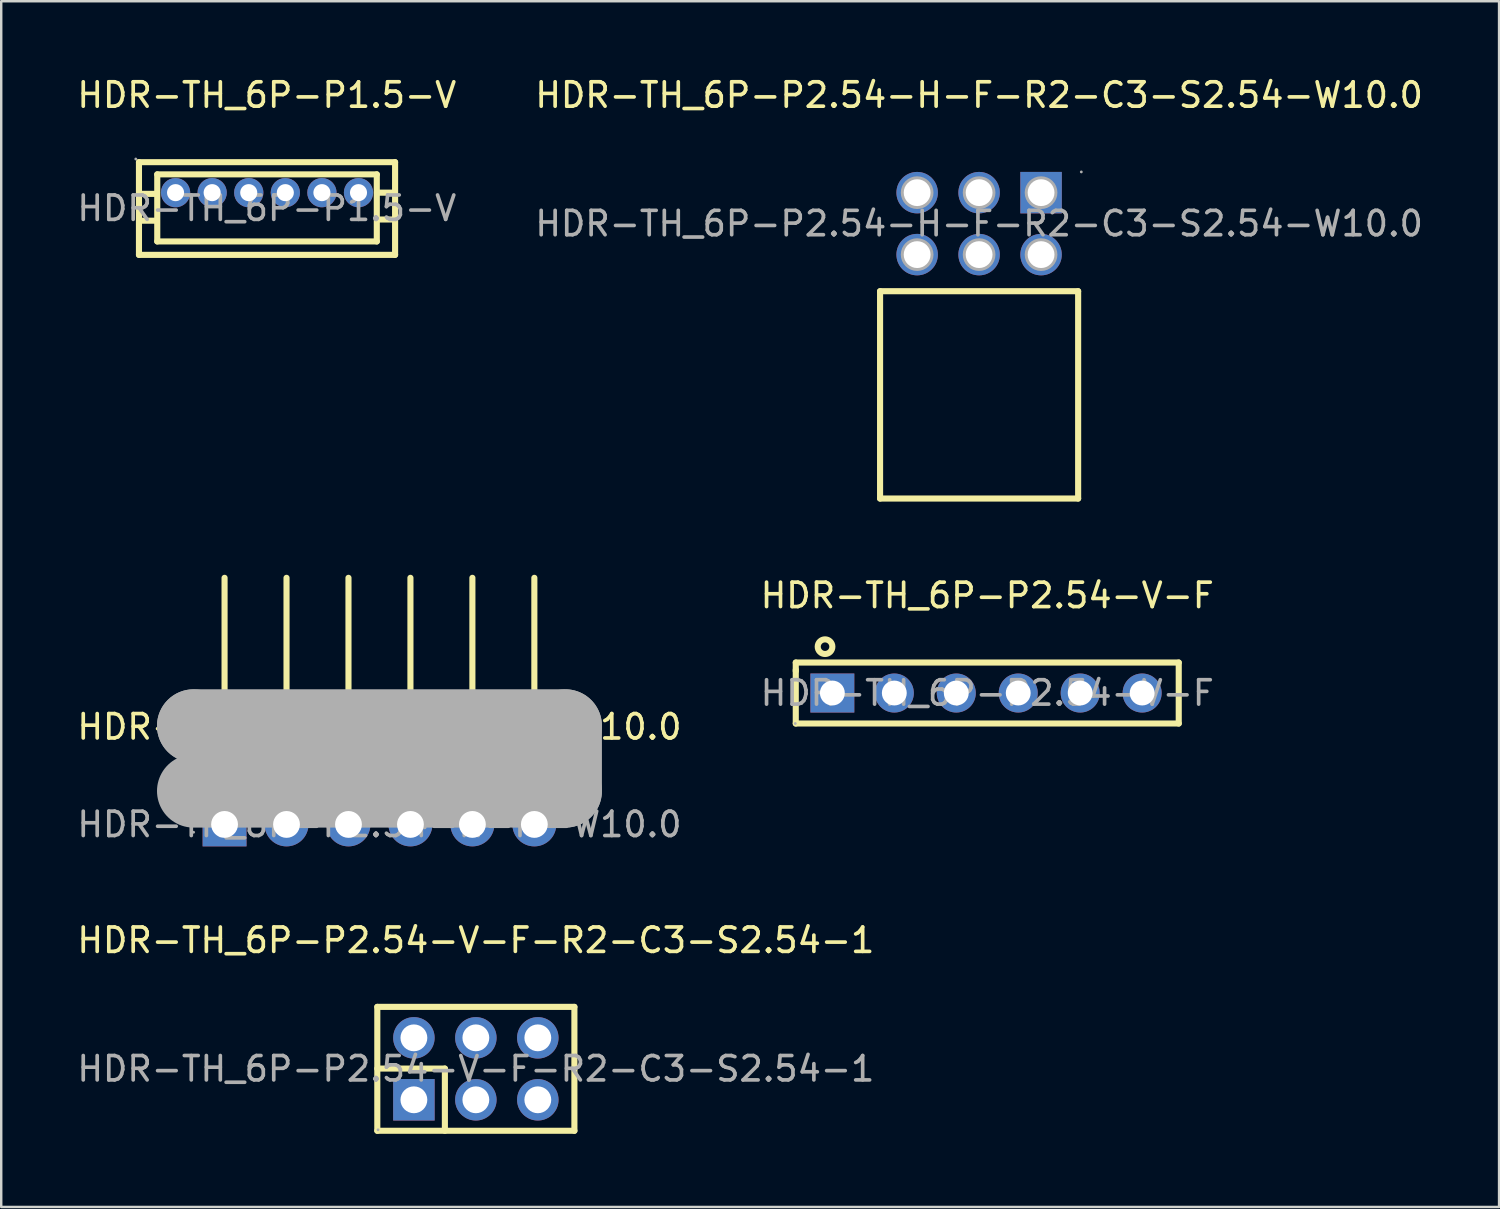
<source format=kicad_pcb>
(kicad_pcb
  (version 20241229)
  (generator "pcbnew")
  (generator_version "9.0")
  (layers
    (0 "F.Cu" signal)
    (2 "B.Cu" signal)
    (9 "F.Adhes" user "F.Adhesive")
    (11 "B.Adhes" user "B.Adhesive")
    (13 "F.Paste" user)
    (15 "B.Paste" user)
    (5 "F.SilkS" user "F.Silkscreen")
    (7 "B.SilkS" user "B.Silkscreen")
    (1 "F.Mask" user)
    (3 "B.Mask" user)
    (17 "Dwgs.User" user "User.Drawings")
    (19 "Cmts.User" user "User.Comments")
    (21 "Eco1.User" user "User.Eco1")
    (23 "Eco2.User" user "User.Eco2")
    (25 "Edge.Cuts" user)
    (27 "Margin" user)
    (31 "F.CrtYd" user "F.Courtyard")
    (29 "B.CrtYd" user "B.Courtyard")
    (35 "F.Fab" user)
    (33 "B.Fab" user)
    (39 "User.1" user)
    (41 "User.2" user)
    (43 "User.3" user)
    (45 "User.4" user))
  (footprint "HDR-TH_6P-P1.5-V"
    (layer "F.Cu")
    (at 7.887 5.488)
    (property "Reference" "HDR-TH_6P-P1.5-V" (at 0 -4.64 0) (layer "F.SilkS") (effects (font (size 1 1) (thickness 0.15))))
    (attr through_hole)
    (fp_line (start -5.24 -1.89) (end 5.26 -1.89) (stroke (width 0.25) (type solid)) (layer "F.SilkS"))
    (fp_line (start -5.24 1.91) (end -5.24 -1.89) (stroke (width 0.25) (type solid)) (layer "F.SilkS"))
    (fp_line (start -5.14 -0.59) (end -4.54 -0.59) (stroke (width 0.25) (type solid)) (layer "F.SilkS"))
    (fp_line (start -5.14 0.51) (end -4.54 0.51) (stroke (width 0.25) (type solid)) (layer "F.SilkS"))
    (fp_line (start -4.49 -1.39) (end 4.51 -1.39) (stroke (width 0.25) (type solid)) (layer "F.SilkS"))
    (fp_line (start -4.49 1.36) (end -4.49 -1.39) (stroke (width 0.25) (type solid)) (layer "F.SilkS"))
    (fp_line (start 4.51 -1.39) (end 4.51 1.36) (stroke (width 0.25) (type solid)) (layer "F.SilkS"))
    (fp_line (start 4.51 1.36) (end -4.49 1.36) (stroke (width 0.25) (type solid)) (layer "F.SilkS"))
    (fp_line (start 4.56 -0.64) (end 5.16 -0.64) (stroke (width 0.25) (type solid)) (layer "F.SilkS"))
    (fp_line (start 4.56 0.46) (end 5.16 0.46) (stroke (width 0.25) (type solid)) (layer "F.SilkS"))
    (fp_line (start 5.26 -1.89) (end 5.26 1.91) (stroke (width 0.25) (type solid)) (layer "F.SilkS"))
    (fp_line (start 5.26 1.91) (end -5.24 1.91) (stroke (width 0.25) (type solid)) (layer "F.SilkS"))
    (fp_circle (center -5.37 -2.02) (end -5.34 -2.02) (stroke (width 0.06) (type solid)) (fill no) (layer "F.Fab"))
    (fp_text user "${REFERENCE}" (at 0 0 0) (layer "F.Fab") (effects (font (size 1 1) (thickness 0.15))))
    (pad "1" thru_hole circle (at -3.74 -0.64) (size 1.2 1.2) (drill oval 0.7) (layers "*.Cu" "*.Paste" "*.Mask"))
    (pad "2" thru_hole circle (at -2.24 -0.64) (size 1.2 1.2) (drill oval 0.7) (layers "*.Cu" "*.Paste" "*.Mask"))
    (pad "3" thru_hole circle (at -0.74 -0.64) (size 1.2 1.2) (drill oval 0.7) (layers "*.Cu" "*.Paste" "*.Mask"))
    (pad "4" thru_hole circle (at 0.76 -0.64) (size 1.2 1.2) (drill oval 0.7) (layers "*.Cu" "*.Paste" "*.Mask"))
    (pad "5" thru_hole circle (at 2.26 -0.64) (size 1.2 1.2) (drill oval 0.7) (layers "*.Cu" "*.Paste" "*.Mask"))
    (pad "6" thru_hole circle (at 3.76 -0.64) (size 1.2 1.2) (drill oval 0.7) (layers "*.Cu" "*.Paste" "*.Mask")))
  (footprint "HDR-TH_6P-P2.54-H-M-W10.0"
    (layer "F.Cu")
    (at 12.506 30.748)
    (property "Reference" "HDR-TH_6P-P2.54-H-M-W10.0" (at 0 -4 0) (layer "F.SilkS") (effects (font (size 1 1) (thickness 0.15))))
    (attr through_hole)
    (fp_line (start -6.35 -4.11) (end -6.35 -10.11) (stroke (width 0.25) (type solid)) (layer "F.SilkS"))
    (fp_line (start -3.81 -4.11) (end -3.81 -10.11) (stroke (width 0.25) (type solid)) (layer "F.SilkS"))
    (fp_line (start -1.27 -4.11) (end -1.27 -10.11) (stroke (width 0.25) (type solid)) (layer "F.SilkS"))
    (fp_line (start 1.27 -4.11) (end 1.27 -10.11) (stroke (width 0.25) (type solid)) (layer "F.SilkS"))
    (fp_line (start 3.81 -4.11) (end 3.81 -10.11) (stroke (width 0.25) (type solid)) (layer "F.SilkS"))
    (fp_line (start 6.35 -4.11) (end 6.35 -10.11) (stroke (width 0.25) (type solid)) (layer "F.SilkS"))
    (fp_line (start -7.62 -4.04) (end -7.62 -4.04) (stroke (width 3) (type solid)) (layer "F.Fab"))
    (fp_line (start -7.62 -4.04) (end 7.62 -4.04) (stroke (width 3) (type solid)) (layer "F.Fab"))
    (fp_line (start 7.62 -4.04) (end 7.62 -1.37) (stroke (width 3) (type solid)) (layer "F.Fab"))
    (fp_line (start 7.62 -1.37) (end -7.62 -1.37) (stroke (width 3) (type solid)) (layer "F.Fab"))
    (fp_circle (center -7.62 0.32) (end -7.59 0.32) (stroke (width 0.06) (type solid)) (fill no) (layer "F.Fab"))
    (fp_text user "${REFERENCE}" (at 0 0 0) (layer "F.Fab") (effects (font (size 1 1) (thickness 0.15))))
    (pad "1" thru_hole rect (at -6.35 0) (size 1.8 1.8) (drill 1.1) (layers "*.Cu" "*.Paste" "*.Mask"))
    (pad "2" thru_hole circle (at -3.81 0) (size 1.8 1.8) (drill 1.1) (layers "*.Cu" "*.Paste" "*.Mask"))
    (pad "3" thru_hole circle (at -1.27 0) (size 1.8 1.8) (drill 1.1) (layers "*.Cu" "*.Paste" "*.Mask"))
    (pad "4" thru_hole circle (at 1.27 0) (size 1.8 1.8) (drill 1.1) (layers "*.Cu" "*.Paste" "*.Mask"))
    (pad "5" thru_hole circle (at 3.81 0) (size 1.8 1.8) (drill 1.1) (layers "*.Cu" "*.Paste" "*.Mask"))
    (pad "6" thru_hole circle (at 6.35 0) (size 1.8 1.8) (drill 1.1) (layers "*.Cu" "*.Paste" "*.Mask")))
  (footprint "HDR-TH_6P-P2.54-V-F-R2-C3-S2.54-1"
    (layer "F.Cu")
    (at 16.458 40.767)
    (property "Reference" "HDR-TH_6P-P2.54-V-F-R2-C3-S2.54-1" (at 0 -5.27 0) (layer "F.SilkS") (effects (font (size 1 1) (thickness 0.15))))
    (attr through_hole)
    (fp_line (start -4.04 -2.54) (end -4.04 2.54) (stroke (width 0.25) (type solid)) (layer "F.SilkS"))
    (fp_line (start -4.04 -2.54) (end 4.04 -2.54) (stroke (width 0.25) (type solid)) (layer "F.SilkS"))
    (fp_line (start -4.04 -0.01) (end -1.27 -0.01) (stroke (width 0.25) (type solid)) (layer "F.SilkS"))
    (fp_line (start -4.04 2.54) (end 4.04 2.54) (stroke (width 0.25) (type solid)) (layer "F.SilkS"))
    (fp_line (start -1.27 -0.01) (end -1.27 2.54) (stroke (width 0.25) (type solid)) (layer "F.SilkS"))
    (fp_line (start 4.04 -2.54) (end 4.04 2.54) (stroke (width 0.25) (type solid)) (layer "F.SilkS"))
    (fp_circle (center -4.01 2.5) (end -3.98 2.5) (stroke (width 0.06) (type solid)) (fill no) (layer "F.Fab"))
    (fp_text user "${REFERENCE}" (at 0 0 0) (layer "F.Fab") (effects (font (size 1 1) (thickness 0.15))))
    (pad "1" thru_hole rect (at -2.54 1.27) (size 1.7 1.7) (drill 1.1) (layers "*.Cu" "*.Paste" "*.Mask"))
    (pad "2" thru_hole circle (at -2.54 -1.27) (size 1.7 1.7) (drill 1.1) (layers "*.Cu" "*.Paste" "*.Mask"))
    (pad "3" thru_hole circle (at 0 1.27) (size 1.7 1.7) (drill 1.1) (layers "*.Cu" "*.Paste" "*.Mask"))
    (pad "4" thru_hole circle (at 0 -1.27) (size 1.7 1.7) (drill 1.1) (layers "*.Cu" "*.Paste" "*.Mask"))
    (pad "5" thru_hole circle (at 2.54 1.27) (size 1.7 1.7) (drill 1.1) (layers "*.Cu" "*.Paste" "*.Mask"))
    (pad "6" thru_hole circle (at 2.54 -1.27) (size 1.7 1.7) (drill 1.1) (layers "*.Cu" "*.Paste" "*.Mask")))
  (footprint "HDR-TH_6P-P2.54-H-F-R2-C3-S2.54-W10.0"
    (layer "F.Cu")
    (at 37.089 6.118)
    (property "Reference" "HDR-TH_6P-P2.54-H-F-R2-C3-S2.54-W10.0" (at 0 -5.27 0) (layer "F.SilkS") (effects (font (size 1 1) (thickness 0.15))))
    (attr through_hole)
    (fp_line (start -4.06 2.77) (end -4.06 11.27) (stroke (width 0.25) (type solid)) (layer "F.SilkS"))
    (fp_line (start -4.06 2.77) (end 4.06 2.77) (stroke (width 0.25) (type solid)) (layer "F.SilkS"))
    (fp_line (start -4.06 11.27) (end 4.06 11.27) (stroke (width 0.25) (type solid)) (layer "F.SilkS"))
    (fp_line (start 4.06 11.27) (end 4.06 2.77) (stroke (width 0.25) (type solid)) (layer "F.SilkS"))
    (fp_circle (center -2.54 -1.27) (end -2.32 -1.27) (stroke (width 0.45) (type solid)) (fill no) (layer "F.Fab"))
    (fp_circle (center -2.54 1.27) (end -2.32 1.27) (stroke (width 0.45) (type solid)) (fill no) (layer "F.Fab"))
    (fp_circle (center 0 -1.27) (end 0.22 -1.27) (stroke (width 0.45) (type solid)) (fill no) (layer "F.Fab"))
    (fp_circle (center 0 1.27) (end 0.22 1.27) (stroke (width 0.45) (type solid)) (fill no) (layer "F.Fab"))
    (fp_circle (center 2.54 -1.27) (end 2.76 -1.27) (stroke (width 0.45) (type solid)) (fill no) (layer "F.Fab"))
    (fp_circle (center 2.54 1.27) (end 2.76 1.27) (stroke (width 0.45) (type solid)) (fill no) (layer "F.Fab"))
    (fp_circle (center 4.19 -2.12) (end 4.22 -2.12) (stroke (width 0.06) (type solid)) (fill no) (layer "F.Fab"))
    (fp_text user "${REFERENCE}" (at 0 0 0) (layer "F.Fab") (effects (font (size 1 1) (thickness 0.15))))
    (pad "1" thru_hole rect (at 2.54 -1.27 270) (size 1.7 1.7) (drill 1.1) (layers "*.Cu" "*.Paste" "*.Mask"))
    (pad "2" thru_hole circle (at 2.54 1.27) (size 1.7 1.7) (drill 1.1) (layers "*.Cu" "*.Paste" "*.Mask"))
    (pad "3" thru_hole circle (at 0 -1.27) (size 1.7 1.7) (drill 1.1) (layers "*.Cu" "*.Paste" "*.Mask"))
    (pad "4" thru_hole circle (at 0 1.27) (size 1.7 1.7) (drill 1.1) (layers "*.Cu" "*.Paste" "*.Mask"))
    (pad "5" thru_hole circle (at -2.54 -1.27) (size 1.7 1.7) (drill 1.1) (layers "*.Cu" "*.Paste" "*.Mask"))
    (pad "6" thru_hole circle (at -2.54 1.27) (size 1.7 1.7) (drill 1.1) (layers "*.Cu" "*.Paste" "*.Mask")))
  (footprint "HDR-TH_6P-P2.54-V-F"
    (layer "F.Cu")
    (at 37.423 25.361)
    (property "Reference" "HDR-TH_6P-P2.54-V-F" (at 0 -4 0) (layer "F.SilkS") (effects (font (size 1 1) (thickness 0.15))))
    (attr through_hole)
    (fp_line (start -7.85 -1.25) (end 7.85 -1.25) (stroke (width 0.25) (type solid)) (layer "F.SilkS"))
    (fp_line (start -7.85 -0.9) (end -7.85 -1.25) (stroke (width 0.25) (type solid)) (layer "F.SilkS"))
    (fp_line (start -7.85 1.25) (end -7.85 -0.95) (stroke (width 0.25) (type solid)) (layer "F.SilkS"))
    (fp_line (start 7.85 -1.25) (end 7.85 1.25) (stroke (width 0.25) (type solid)) (layer "F.SilkS"))
    (fp_line (start 7.85 1.25) (end -7.85 1.25) (stroke (width 0.25) (type solid)) (layer "F.SilkS"))
    (fp_circle (center -6.65 -1.9) (end -6.35 -1.9) (stroke (width 0.25) (type solid)) (fill no) (layer "F.SilkS"))
    (fp_circle (center -7.87 1.25) (end -7.84 1.25) (stroke (width 0.06) (type solid)) (fill no) (layer "F.Fab"))
    (fp_text user "${REFERENCE}" (at 0 0 0) (layer "F.Fab") (effects (font (size 1 1) (thickness 0.15))))
    (pad "1" thru_hole rect (at -6.35 0) (size 1.8 1.6) (drill 1.02) (layers "*.Cu" "*.Paste" "*.Mask"))
    (pad "2" thru_hole circle (at -3.81 0) (size 1.6 1.6) (drill 1.02) (layers "*.Cu" "*.Paste" "*.Mask"))
    (pad "3" thru_hole circle (at -1.27 0) (size 1.6 1.6) (drill 1.02) (layers "*.Cu" "*.Paste" "*.Mask"))
    (pad "4" thru_hole circle (at 1.27 0) (size 1.6 1.6) (drill 1.02) (layers "*.Cu" "*.Paste" "*.Mask"))
    (pad "5" thru_hole circle (at 3.81 0) (size 1.6 1.6) (drill 1.02) (layers "*.Cu" "*.Paste" "*.Mask"))
    (pad "6" thru_hole circle (at 6.35 0) (size 1.6 1.6) (drill 1.02) (layers "*.Cu" "*.Paste" "*.Mask")))
  (gr_rect
    (start -3 -3)
    (end 58.405 46.431)
    (stroke (width 0.1) (type default))
    (fill no)
    (layer "Edge.Cuts")))
</source>
